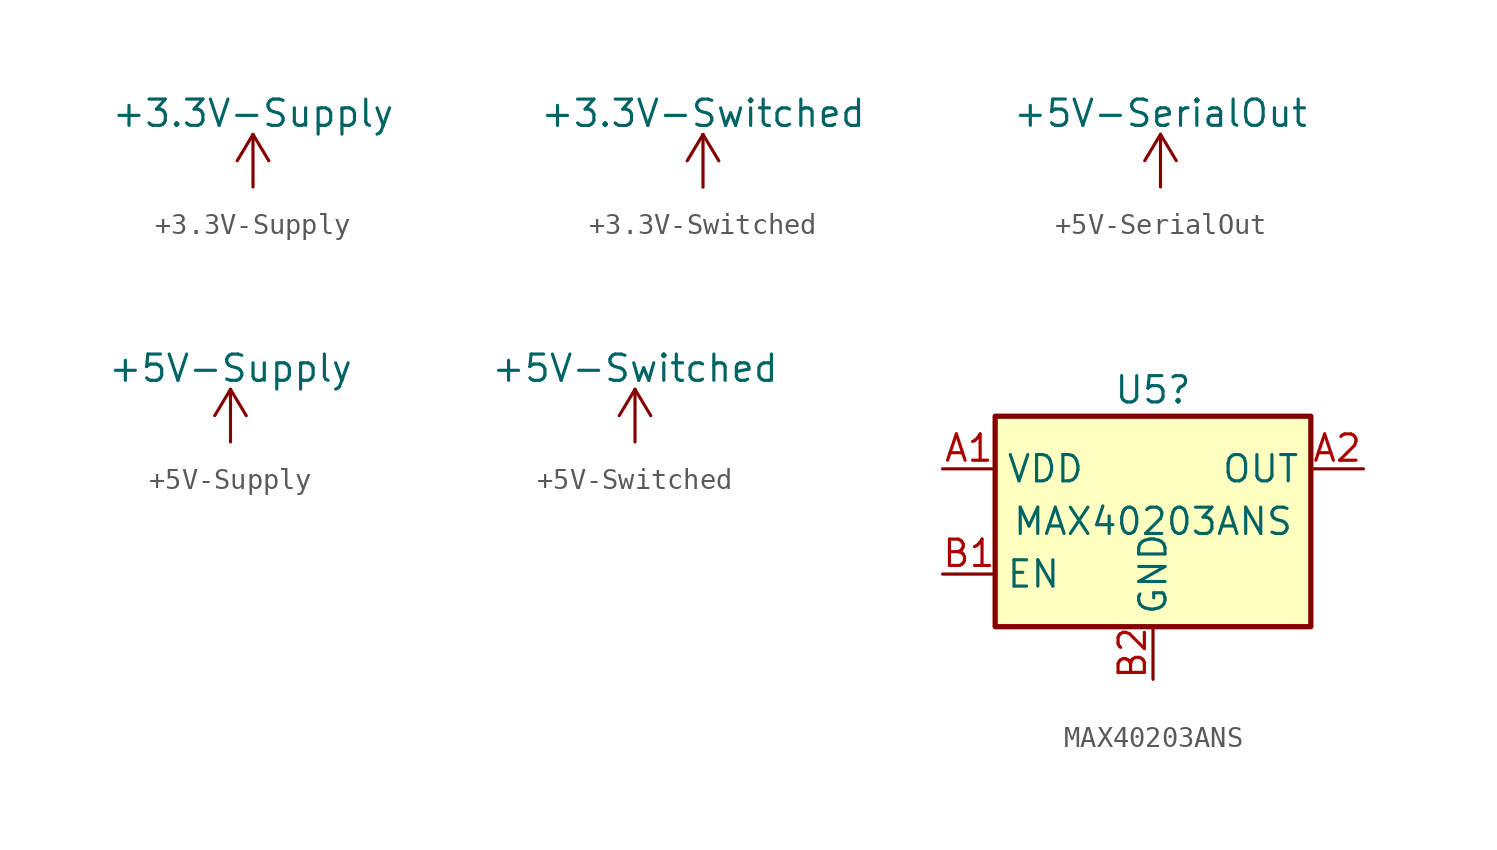
<source format=kicad_sym>
(kicad_symbol_lib
  (version 20211014)
  (generator kicad_symbol_editor)
  (symbol "+3.3V-Supply"
    (power)
    (pin_names
      (offset 0))
    (property "Reference" "#PWR"
      (at 0 -3.81 0)
      (effects (font (size 1.27 1.27)) hide))
    (property "Value" "+3.3V-Supply"
      (at 0 3.556 0)
      (effects (font (size 1.27 1.27))))
    (symbol "+3.3V-Supply_0_1"
      (polyline (pts (xy -0.762 1.27) (xy 0 2.54)) (stroke (width 0) (type default) (color 0 0 0 0)) (fill (type none)))
      (polyline (pts (xy 0 0) (xy 0 2.54)) (stroke (width 0) (type default) (color 0 0 0 0)) (fill (type none)))
      (polyline (pts (xy 0 2.54) (xy 0.762 1.27)) (stroke (width 0) (type default) (color 0 0 0 0)) (fill (type none))))
    (symbol "+3.3V-Supply_1_1"
      (pin power_in line (at 0 0 90) (length 0) hide (name "+3.3V-Supply" (effects (font (size 1.27 1.27)))) (number "1" (effects (font (size 1.27 1.27)))))))
  (symbol "+3.3V-Switched"
    (power)
    (pin_names
      (offset 0))
    (property "Reference" "#PWR"
      (at 0 -3.81 0)
      (effects (font (size 1.27 1.27)) hide))
    (property "Value" "+3.3V-Switched"
      (at 0 3.556 0)
      (effects (font (size 1.27 1.27))))
    (symbol "+3.3V-Switched_0_1"
      (polyline (pts (xy -0.762 1.27) (xy 0 2.54)) (stroke (width 0) (type default) (color 0 0 0 0)) (fill (type none)))
      (polyline (pts (xy 0 0) (xy 0 2.54)) (stroke (width 0) (type default) (color 0 0 0 0)) (fill (type none)))
      (polyline (pts (xy 0 2.54) (xy 0.762 1.27)) (stroke (width 0) (type default) (color 0 0 0 0)) (fill (type none))))
    (symbol "+3.3V-Switched_1_1"
      (pin power_in line (at 0 0 90) (length 0) hide (name "+3.3V-Switched" (effects (font (size 1.27 1.27)))) (number "1" (effects (font (size 1.27 1.27)))))))
  (symbol "+5V-SerialOut"
    (power)
    (pin_names
      (offset 0))
    (property "Reference" "#PWR"
      (at 0 -3.81 0)
      (effects (font (size 1.27 1.27)) hide))
    (property "Value" "+5V-SerialOut"
      (at 0 3.556 0)
      (effects (font (size 1.27 1.27))))
    (symbol "+5V-SerialOut_0_1"
      (polyline (pts (xy -0.762 1.27) (xy 0 2.54)) (stroke (width 0) (type default) (color 0 0 0 0)) (fill (type none)))
      (polyline (pts (xy 0 0) (xy 0 2.54)) (stroke (width 0) (type default) (color 0 0 0 0)) (fill (type none)))
      (polyline (pts (xy 0 2.54) (xy 0.762 1.27)) (stroke (width 0) (type default) (color 0 0 0 0)) (fill (type none))))
    (symbol "+5V-SerialOut_1_1"
      (pin power_in line (at 0 0 90) (length 0) hide (name "+5V-SerialOut" (effects (font (size 1.27 1.27)))) (number "1" (effects (font (size 1.27 1.27)))))))
  (symbol "+5V-Supply"
    (power)
    (pin_names
      (offset 0))
    (property "Reference" "#PWR"
      (at 0 -3.81 0)
      (effects (font (size 1.27 1.27)) hide))
    (property "Value" "+5V-Supply"
      (at 0 3.556 0)
      (effects (font (size 1.27 1.27))))
    (symbol "+5V-Supply_0_1"
      (polyline (pts (xy -0.762 1.27) (xy 0 2.54)) (stroke (width 0) (type default) (color 0 0 0 0)) (fill (type none)))
      (polyline (pts (xy 0 0) (xy 0 2.54)) (stroke (width 0) (type default) (color 0 0 0 0)) (fill (type none)))
      (polyline (pts (xy 0 2.54) (xy 0.762 1.27)) (stroke (width 0) (type default) (color 0 0 0 0)) (fill (type none))))
    (symbol "+5V-Supply_1_1"
      (pin power_in line (at 0 0 90) (length 0) hide (name "+5V-Supply" (effects (font (size 1.27 1.27)))) (number "1" (effects (font (size 1.27 1.27)))))))
  (symbol "+5V-Switched"
    (power)
    (pin_names
      (offset 0))
    (property "Reference" "#PWR"
      (at 0 -3.81 0)
      (effects (font (size 1.27 1.27)) hide))
    (property "Value" "+5V-Switched"
      (at 0 3.556 0)
      (effects (font (size 1.27 1.27))))
    (symbol "+5V-Switched_0_1"
      (polyline (pts (xy -0.762 1.27) (xy 0 2.54)) (stroke (width 0) (type default) (color 0 0 0 0)) (fill (type none)))
      (polyline (pts (xy 0 0) (xy 0 2.54)) (stroke (width 0) (type default) (color 0 0 0 0)) (fill (type none)))
      (polyline (pts (xy 0 2.54) (xy 0.762 1.27)) (stroke (width 0) (type default) (color 0 0 0 0)) (fill (type none))))
    (symbol "+5V-Switched_1_1"
      (pin power_in line (at 0 0 90) (length 0) hide (name "+5V-Switched" (effects (font (size 1.27 1.27)))) (number "1" (effects (font (size 1.27 1.27)))))))
  (symbol "MAX40203ANS"
    (property "Reference" "U5"
      (at 7.62 1.27 0)
      (effects (font (size 1.27 1.27))))
    (property "Value" "MAX40203ANS"
      (at 7.62 -5.08 0)
      (effects (font (size 1.27 1.27))))
    (symbol "MAX40203ANS_0_1"
      (rectangle (start 0 -10.16) (end 15.24 0) (stroke (width 0.254) (type default) (color 0 0 0 0)) (fill (type background))))
    (symbol "MAX40203ANS_1_1"
      (pin power_in line (at -2.54 -2.54 0) (length 2.54) (name "VDD" (effects (font (size 1.27 1.27)))) (number "A1" (effects (font (size 1.27 1.27)))))
      (pin passive line (at 17.78 -2.54 180) (length 2.54) (name "OUT" (effects (font (size 1.27 1.27)))) (number "A2" (effects (font (size 1.27 1.27)))))
      (pin input line (at -2.54 -7.62 0) (length 2.54) (name "EN" (effects (font (size 1.27 1.27)))) (number "B1" (effects (font (size 1.27 1.27)))))
      (pin power_in line (at 7.62 -12.7 90) (length 2.54) (name "GND" (effects (font (size 1.27 1.27)))) (number "B2" (effects (font (size 1.27 1.27))))))))
</source>
